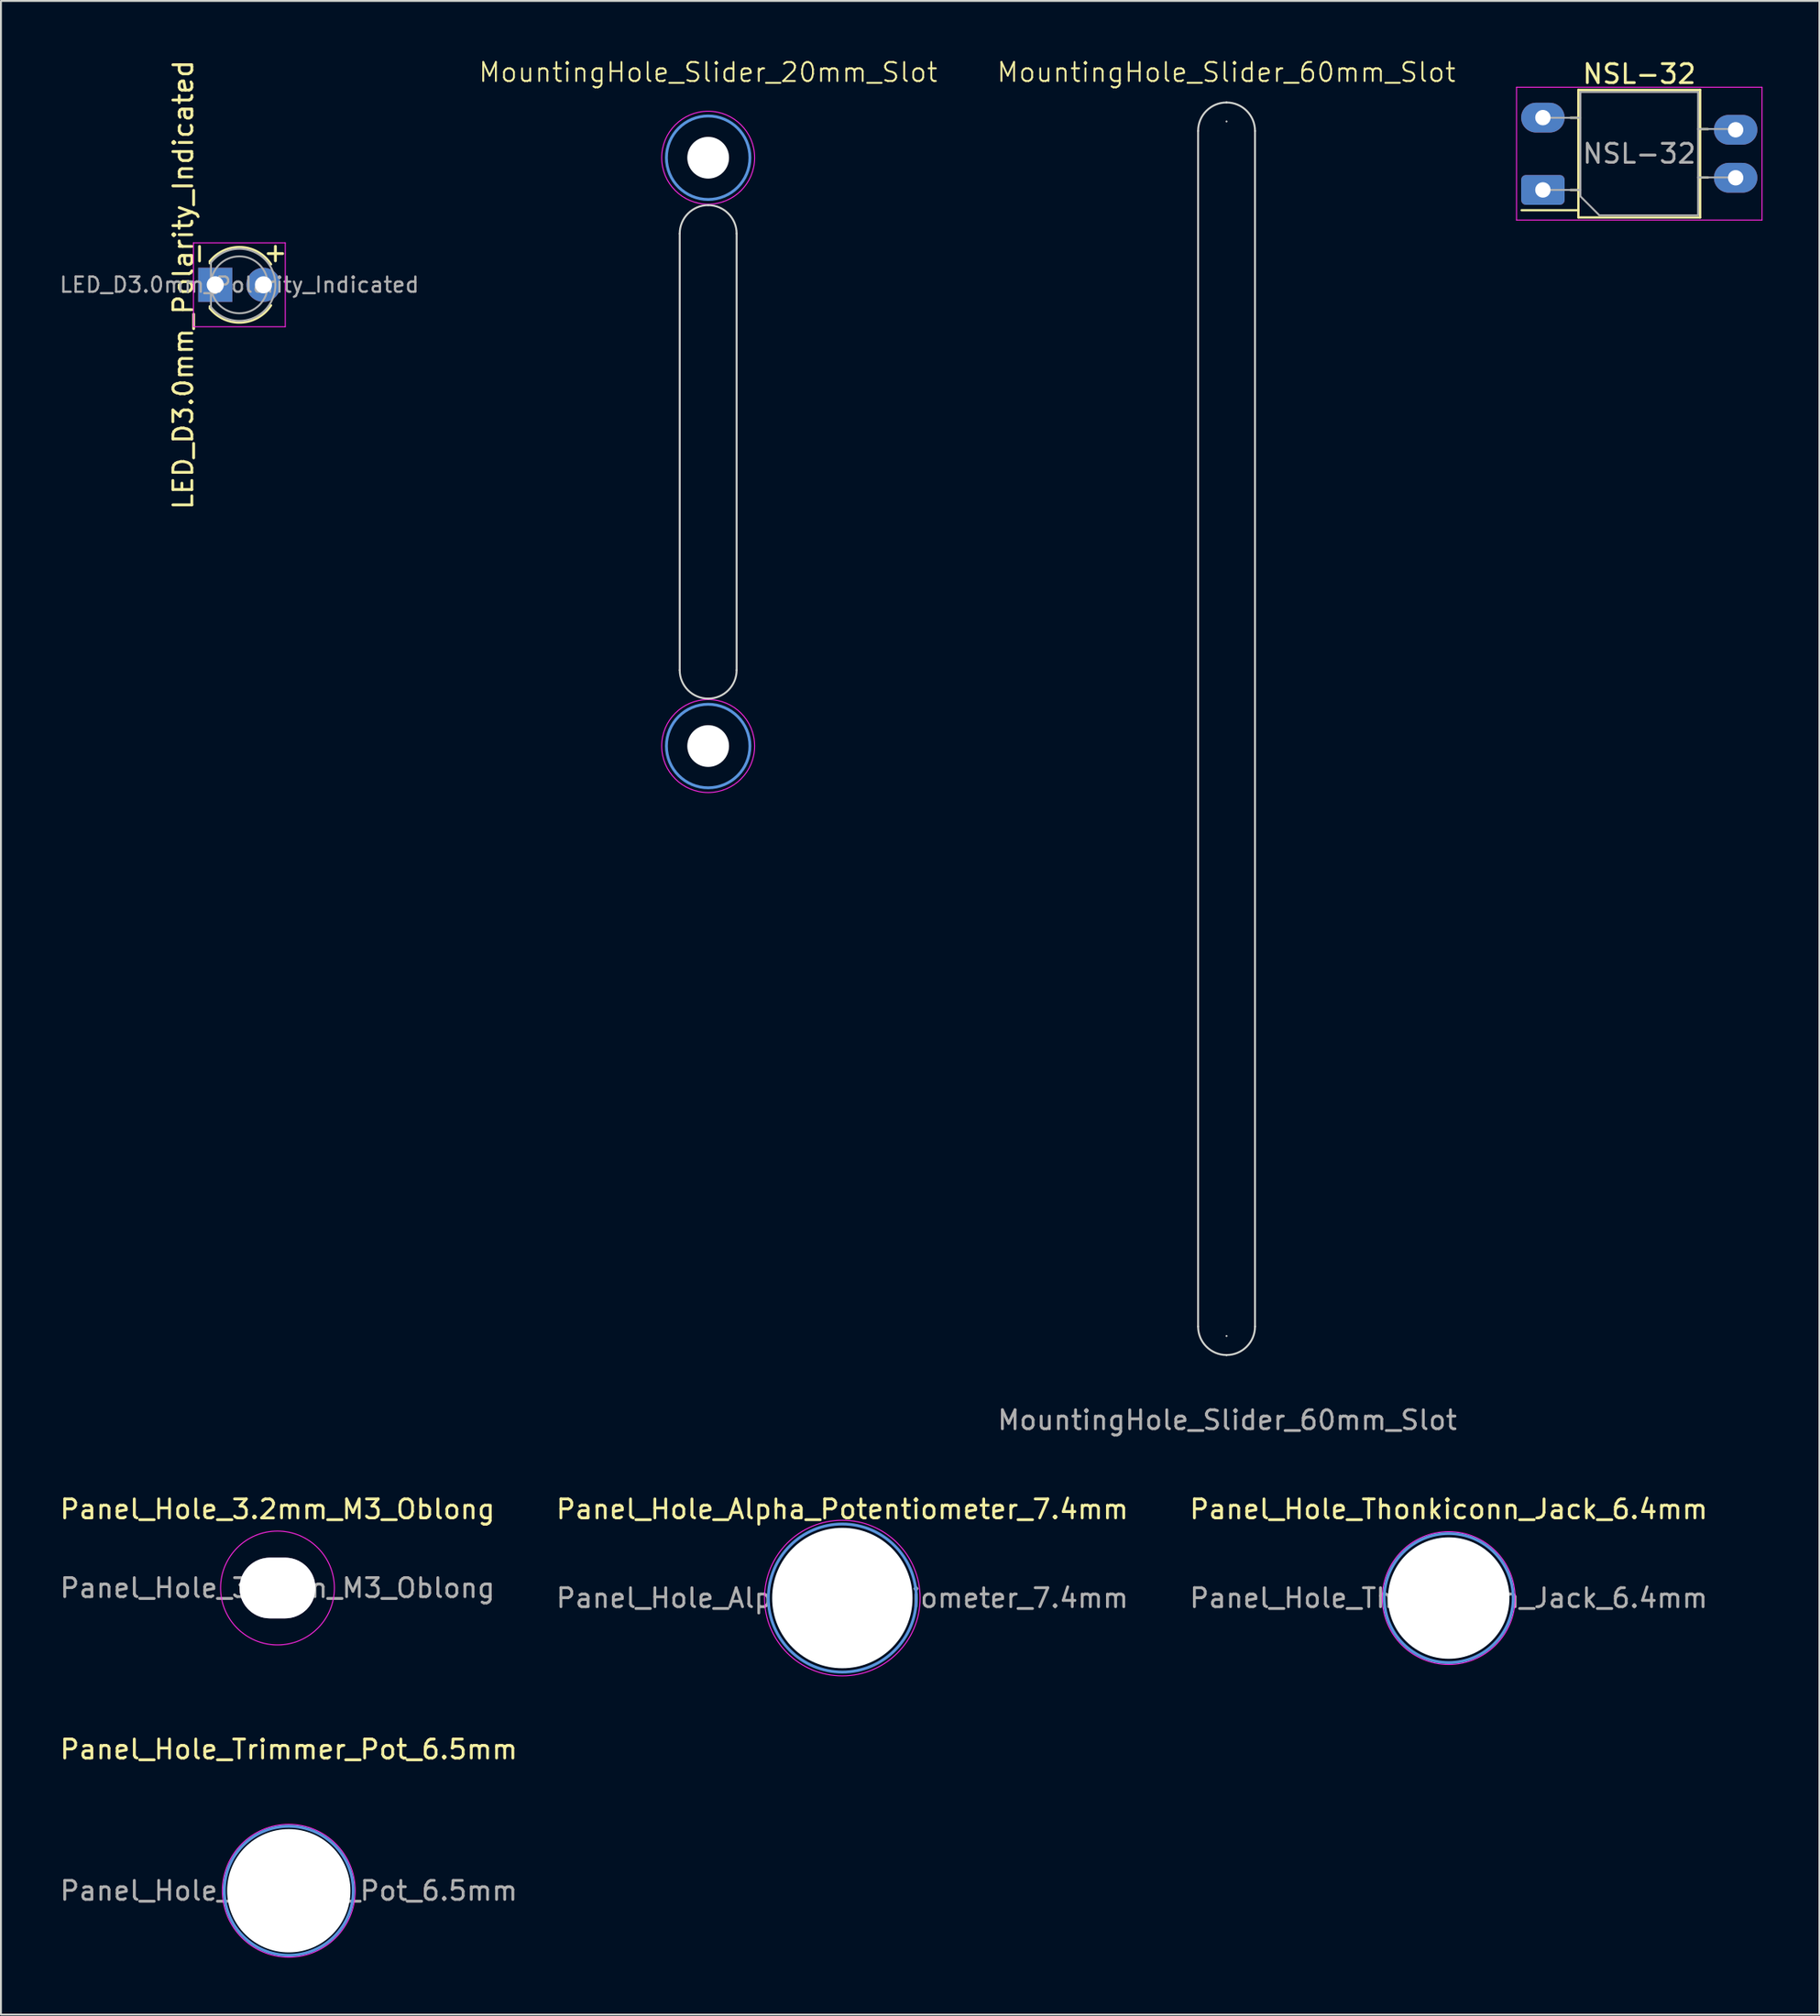
<source format=kicad_pcb>
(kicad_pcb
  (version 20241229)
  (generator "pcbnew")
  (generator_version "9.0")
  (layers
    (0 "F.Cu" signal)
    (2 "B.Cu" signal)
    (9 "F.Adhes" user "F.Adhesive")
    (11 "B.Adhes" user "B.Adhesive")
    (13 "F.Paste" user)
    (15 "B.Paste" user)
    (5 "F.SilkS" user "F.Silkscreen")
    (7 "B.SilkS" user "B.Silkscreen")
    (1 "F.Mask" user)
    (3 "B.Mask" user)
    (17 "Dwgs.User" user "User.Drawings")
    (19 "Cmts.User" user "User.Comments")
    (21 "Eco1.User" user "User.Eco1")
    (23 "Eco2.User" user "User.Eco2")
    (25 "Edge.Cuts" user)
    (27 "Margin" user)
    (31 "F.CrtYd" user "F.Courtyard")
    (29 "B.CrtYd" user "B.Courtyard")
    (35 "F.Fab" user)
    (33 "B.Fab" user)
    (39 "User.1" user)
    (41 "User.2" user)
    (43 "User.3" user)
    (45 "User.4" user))
  (footprint "Panel_Hole_Alpha_Potentiometer_7.4mm"
    (layer "F.Cu")
    (at 41.351 81.157)
    (property "Reference" "Panel_Hole_Alpha_Potentiometer_7.4mm" (at 0 -4.68 0) (layer "F.SilkS") (effects (font (size 1 1) (thickness 0.15))))
    (attr exclude_from_pos_files exclude_from_bom)
    (fp_circle (center 0 0) (end 3.9 0) (stroke (width 0.15) (type solid)) (fill no) (layer "Cmts.User"))
    (fp_circle (center 0 0) (end 4.1 0) (stroke (width 0.05) (type solid)) (fill no) (layer "F.CrtYd"))
    (fp_text user "${REFERENCE}" (at 0 0 0) (layer "F.Fab") (effects (font (size 1 1) (thickness 0.15))))
    (pad "" np_thru_hole circle (at 0 0) (size 7.4 7.4) (drill 7.4) (layers "*.Cu" "*.Mask")))
  (footprint "NSL-32"
    (layer "F.Cu")
    (at 78.279 6.958)
    (property "Reference" "NSL-32" (at 5.08 -6.11 180) (layer "F.SilkS") (effects (font (size 1 1) (thickness 0.15))))
    (attr through_hole)
    (fp_line (start -1.12 1.07) (end 1.87 1.07) (stroke (width 0.12) (type solid)) (layer "F.SilkS"))
    (fp_line (start 1.46 -3.8) (end 1.87 -3.8) (stroke (width 0.12) (type solid)) (layer "F.SilkS"))
    (fp_line (start 1.46 0) (end 1.87 0) (stroke (width 0.12) (type solid)) (layer "F.SilkS"))
    (fp_line (start 1.87 -5.27) (end 8.29 -5.27) (stroke (width 0.12) (type solid)) (layer "F.SilkS"))
    (fp_line (start 1.87 1.45) (end 1.87 -5.27) (stroke (width 0.12) (type solid)) (layer "F.SilkS"))
    (fp_line (start 8.29 -5.27) (end 8.29 1.45) (stroke (width 0.12) (type solid)) (layer "F.SilkS"))
    (fp_line (start 8.29 -3.21) (end 8.7 -3.21) (stroke (width 0.12) (type solid)) (layer "F.SilkS"))
    (fp_line (start 8.29 -0.66) (end 8.7 -0.66) (stroke (width 0.12) (type solid)) (layer "F.SilkS"))
    (fp_line (start 8.29 1.45) (end 1.87 1.45) (stroke (width 0.12) (type solid)) (layer "F.SilkS"))
    (fp_line (start -1.39 -5.41) (end -1.39 1.59) (stroke (width 0.05) (type solid)) (layer "F.CrtYd"))
    (fp_line (start -1.39 -5.41) (end 11.55 -5.41) (stroke (width 0.05) (type solid)) (layer "F.CrtYd"))
    (fp_line (start 11.55 1.59) (end -1.39 1.59) (stroke (width 0.05) (type solid)) (layer "F.CrtYd"))
    (fp_line (start 11.55 1.59) (end 11.55 -5.41) (stroke (width 0.05) (type solid)) (layer "F.CrtYd"))
    (fp_line (start -0.02 0) (end 1.98 0) (stroke (width 0.1) (type solid)) (layer "F.Fab"))
    (fp_line (start 0.03 -3.8) (end 1.98 -3.8) (stroke (width 0.1) (type solid)) (layer "F.Fab"))
    (fp_line (start 1.98 -5.16) (end 8.18 -5.16) (stroke (width 0.1) (type solid)) (layer "F.Fab"))
    (fp_line (start 1.98 0.34) (end 1.98 -5.16) (stroke (width 0.1) (type solid)) (layer "F.Fab"))
    (fp_line (start 2.98 1.34) (end 1.98 0.34) (stroke (width 0.1) (type solid)) (layer "F.Fab"))
    (fp_line (start 8.18 -5.16) (end 8.18 1.34) (stroke (width 0.1) (type solid)) (layer "F.Fab"))
    (fp_line (start 8.18 -0.66) (end 10.18 -0.66) (stroke (width 0.1) (type solid)) (layer "F.Fab"))
    (fp_line (start 8.18 1.34) (end 2.98 1.34) (stroke (width 0.1) (type solid)) (layer "F.Fab"))
    (fp_line (start 10.18 -3.21) (end 8.18 -3.21) (stroke (width 0.1) (type solid)) (layer "F.Fab"))
    (fp_text user "${REFERENCE}" (at 5.08 -1.91 0) (layer "F.Fab") (effects (font (size 1 1) (thickness 0.15))))
    (pad "1" thru_hole roundrect (at 0 0) (size 2.29 1.57) (drill 0.81) (layers "*.Cu" "*.Mask") (roundrect_rratio 0.159))
    (pad "2" thru_hole oval (at 0 -3.81) (size 2.29 1.57) (drill 0.81) (layers "*.Cu" "*.Mask"))
    (pad "3" thru_hole oval (at 10.16 -3.17) (size 2.29 1.57) (drill 0.81) (layers "*.Cu" "*.Mask"))
    (pad "4" thru_hole oval (at 10.16 -0.64) (size 2.29 1.57) (drill 0.81) (layers "*.Cu" "*.Mask")))
  (footprint "Panel_Hole_Thonkiconn_Jack_6.4mm"
    (layer "F.Cu")
    (at 73.315 81.157)
    (property "Reference" "Panel_Hole_Thonkiconn_Jack_6.4mm" (at 0 -4.68 0) (layer "F.SilkS") (effects (font (size 1 1) (thickness 0.15))))
    (attr exclude_from_pos_files exclude_from_bom)
    (fp_circle (center 0 0) (end 3.4 0) (stroke (width 0.15) (type solid)) (fill no) (layer "Cmts.User"))
    (fp_circle (center 0 0) (end 3.5 0) (stroke (width 0.05) (type solid)) (fill no) (layer "F.CrtYd"))
    (fp_text user "${REFERENCE}" (at 0 0 0) (layer "F.Fab") (effects (font (size 1 1) (thickness 0.15))))
    (pad "" np_thru_hole circle (at 0 0) (size 6.4 6.4) (drill 6.4) (layers "*.Cu" "*.Mask")))
  (footprint "MountingHole_Slider_20mm_Slot"
    (layer "F.Cu")
    (at 34.279 20.761)
    (property "Reference" "MountingHole_Slider_20mm_Slot" (at 0 -20 0) (unlocked yes) (layer "F.SilkS") (effects (font (size 1 1) (thickness 0.1))))
    (attr through_hole)
    (fp_circle (center 0 -15.5) (end 2.2 -15.5) (stroke (width 0.15) (type solid)) (fill no) (layer "Cmts.User"))
    (fp_circle (center 0 15.5) (end 2.2 15.5) (stroke (width 0.15) (type solid)) (fill no) (layer "Cmts.User"))
    (fp_line (start -1.5 11.5) (end -1.5 -11.5) (stroke (width 0.1) (type default)) (layer "Edge.Cuts"))
    (fp_line (start 1.5 -11.5) (end 1.5 11.5) (stroke (width 0.1) (type default)) (layer "Edge.Cuts"))
    (fp_arc (start -1.5 -11.5) (mid -1.06066 -12.56066) (end 0 -13) (stroke (width 0.1) (type default)) (layer "Edge.Cuts"))
    (fp_arc (start 0 -13) (mid 1.06066 -12.56066) (end 1.5 -11.5) (stroke (width 0.1) (type default)) (layer "Edge.Cuts"))
    (fp_arc (start 0 13) (mid -1.06066 12.56066) (end -1.5 11.5) (stroke (width 0.1) (type default)) (layer "Edge.Cuts"))
    (fp_arc (start 1.5 11.5) (mid 1.06066 12.56066) (end 0 13) (stroke (width 0.1) (type default)) (layer "Edge.Cuts"))
    (fp_circle (center 0 -15.5) (end 2.45 -15.5) (stroke (width 0.05) (type solid)) (fill no) (layer "F.CrtYd"))
    (fp_circle (center 0 15.5) (end 2.45 15.5) (stroke (width 0.05) (type solid)) (fill no) (layer "F.CrtYd"))
    (pad "" np_thru_hole circle (at 0 -15.5) (size 2.2 2.2) (drill 2.2) (layers "*.Cu" "*.Mask"))
    (pad "" np_thru_hole circle (at 0 15.5) (size 2.2 2.2) (drill 2.2) (layers "*.Cu" "*.Mask")))
  (footprint "Panel_Hole_3.2mm_M3_Oblong"
    (layer "F.Cu")
    (at 11.577 80.627)
    (property "Reference" "Panel_Hole_3.2mm_M3_Oblong" (at 0 -4.15 0) (layer "F.SilkS") (effects (font (size 1 1) (thickness 0.15))))
    (attr exclude_from_pos_files exclude_from_bom)
    (fp_circle (center 0 0) (end 3 0) (stroke (width 0.05) (type solid)) (fill no) (layer "F.CrtYd"))
    (fp_text user "${REFERENCE}" (at 0 0 0) (layer "F.Fab") (effects (font (size 1 1) (thickness 0.15))))
    (pad "" np_thru_hole roundrect (at 0 0) (size 4 3.2) (drill oval 4 3.2) (layers "*.Cu" "*.Mask") (roundrect_rratio 0.5)))
  (footprint "Panel_Hole_Trimmer_Pot_6.5mm"
    (layer "F.Cu")
    (at 12.173 96.58)
    (property "Reference" "Panel_Hole_Trimmer_Pot_6.5mm" (at 0 -7.45 0) (layer "F.SilkS") (effects (font (size 1 1) (thickness 0.15))))
    (attr exclude_from_pos_files exclude_from_bom)
    (fp_circle (center 0 0) (end 3.4 0) (stroke (width 0.15) (type solid)) (fill no) (layer "Cmts.User"))
    (fp_circle (center 0 0) (end 3.5 0) (stroke (width 0.05) (type solid)) (fill no) (layer "F.CrtYd"))
    (fp_text user "${REFERENCE}" (at 0 0 0) (layer "F.Fab") (effects (font (size 1 1) (thickness 0.15))))
    (pad "" np_thru_hole circle (at 0 0) (size 6.5 6.5) (drill 6.5) (layers "*.Cu" "*.Mask")))
  (footprint "MountingHole_Slider_60mm_Slot"
    (layer "F.Cu")
    (at 61.604 35.35)
    (property "Reference" "MountingHole_Slider_60mm_Slot" (at -0.01 -34.59 0) (unlocked yes) (layer "F.SilkS") (effects (font (size 1 1) (thickness 0.1))))
    (attr through_hole)
    (fp_line (start -1.5 31.5) (end -1.5 -31.5) (stroke (width 0.1) (type default)) (layer "Edge.Cuts"))
    (fp_line (start 0 -33) (end 0 -33) (stroke (width 0.1) (type default)) (layer "Edge.Cuts"))
    (fp_line (start 0 -32) (end 0 -32) (stroke (width 0.1) (type default)) (layer "Edge.Cuts"))
    (fp_line (start 0 32) (end 0 32) (stroke (width 0.1) (type default)) (layer "Edge.Cuts"))
    (fp_line (start 0 33) (end 0 33) (stroke (width 0.1) (type default)) (layer "Edge.Cuts"))
    (fp_line (start 1.5 -31.5) (end 1.5 31.5) (stroke (width 0.1) (type default)) (layer "Edge.Cuts"))
    (fp_arc (start -1.5 -31.5) (mid -1.06066 -32.56066) (end 0 -33) (stroke (width 0.1) (type default)) (layer "Edge.Cuts"))
    (fp_arc (start 0 -33) (mid 1.06066 -32.56066) (end 1.5 -31.5) (stroke (width 0.1) (type default)) (layer "Edge.Cuts"))
    (fp_arc (start 0 33) (mid -1.06066 32.56066) (end -1.5 31.5) (stroke (width 0.1) (type default)) (layer "Edge.Cuts"))
    (fp_arc (start 1.5 31.5) (mid 1.06066 32.56066) (end 0 33) (stroke (width 0.1) (type default)) (layer "Edge.Cuts"))
    (fp_text user "${REFERENCE}" (at 0.04 36.43 0) (unlocked yes) (layer "F.Fab") (effects (font (size 1 1) (thickness 0.15)))))
  (footprint "LED_D3.0mm_Polarity_Indicated"
    (layer "F.Cu")
    (at 9.567 11.958)
    (property "Reference" "LED_D3.0mm_Polarity_Indicated" (at -2.96 0 90) (layer "F.SilkS") (effects (font (size 1 1) (thickness 0.15))))
    (attr through_hole)
    (fp_line (start -1.56 -1.236) (end -1.56 -1.136) (stroke (width 0.12) (type solid)) (layer "F.SilkS"))
    (fp_line (start -1.56 1.136) (end -1.56 1.236) (stroke (width 0.12) (type solid)) (layer "F.SilkS"))
    (fp_arc (start -1.56 -1.235516) (mid 0.09566 -1.987699) (end 1.671437 -1.08) (stroke (width 0.12) (type solid)) (layer "F.SilkS"))
    (fp_arc (start 1.671437 1.08) (mid 0.09566 1.987699) (end -1.56 1.235516) (stroke (width 0.12) (type solid)) (layer "F.SilkS"))
    (fp_line (start -2.42 -2.21) (end -2.42 2.21) (stroke (width 0.05) (type solid)) (layer "F.CrtYd"))
    (fp_line (start -2.42 2.21) (end 2.42 2.21) (stroke (width 0.05) (type solid)) (layer "F.CrtYd"))
    (fp_line (start 2.42 -2.21) (end -2.42 -2.21) (stroke (width 0.05) (type solid)) (layer "F.CrtYd"))
    (fp_line (start 2.42 2.21) (end 2.42 -2.21) (stroke (width 0.05) (type solid)) (layer "F.CrtYd"))
    (fp_line (start -1.5 -1.166) (end -1.5 1.166) (stroke (width 0.1) (type solid)) (layer "F.Fab"))
    (fp_arc (start -1.5 -1.16619) (mid 1.9 0) (end -1.5 1.16619) (stroke (width 0.1) (type solid)) (layer "F.Fab"))
    (fp_circle (center 0 0) (end 1.5 0) (stroke (width 0.1) (type solid)) (fill no) (layer "F.Fab"))
    (fp_text user "+" (at 1.9 -1.72 180) (layer "F.SilkS") (effects (font (size 1 1) (thickness 0.15))))
    (fp_text user "-" (at -2.175 -1.64 90) (layer "F.SilkS") (effects (font (size 1 1) (thickness 0.15))))
    (fp_text user "${REFERENCE}" (at 0 0 180) (layer "F.Fab") (effects (font (size 0.8 0.8) (thickness 0.12))))
    (pad "1" thru_hole rect (at -1.27 0) (size 1.8 1.8) (drill 0.9) (layers "*.Cu" "*.Mask"))
    (pad "2" thru_hole circle (at 1.27 0) (size 1.8 1.8) (drill 0.9) (layers "*.Cu" "*.Mask")))
  (gr_rect
    (start -3 -3)
    (end 92.854 103.105)
    (stroke (width 0.1) (type default))
    (fill no)
    (layer "Edge.Cuts")))
</source>
